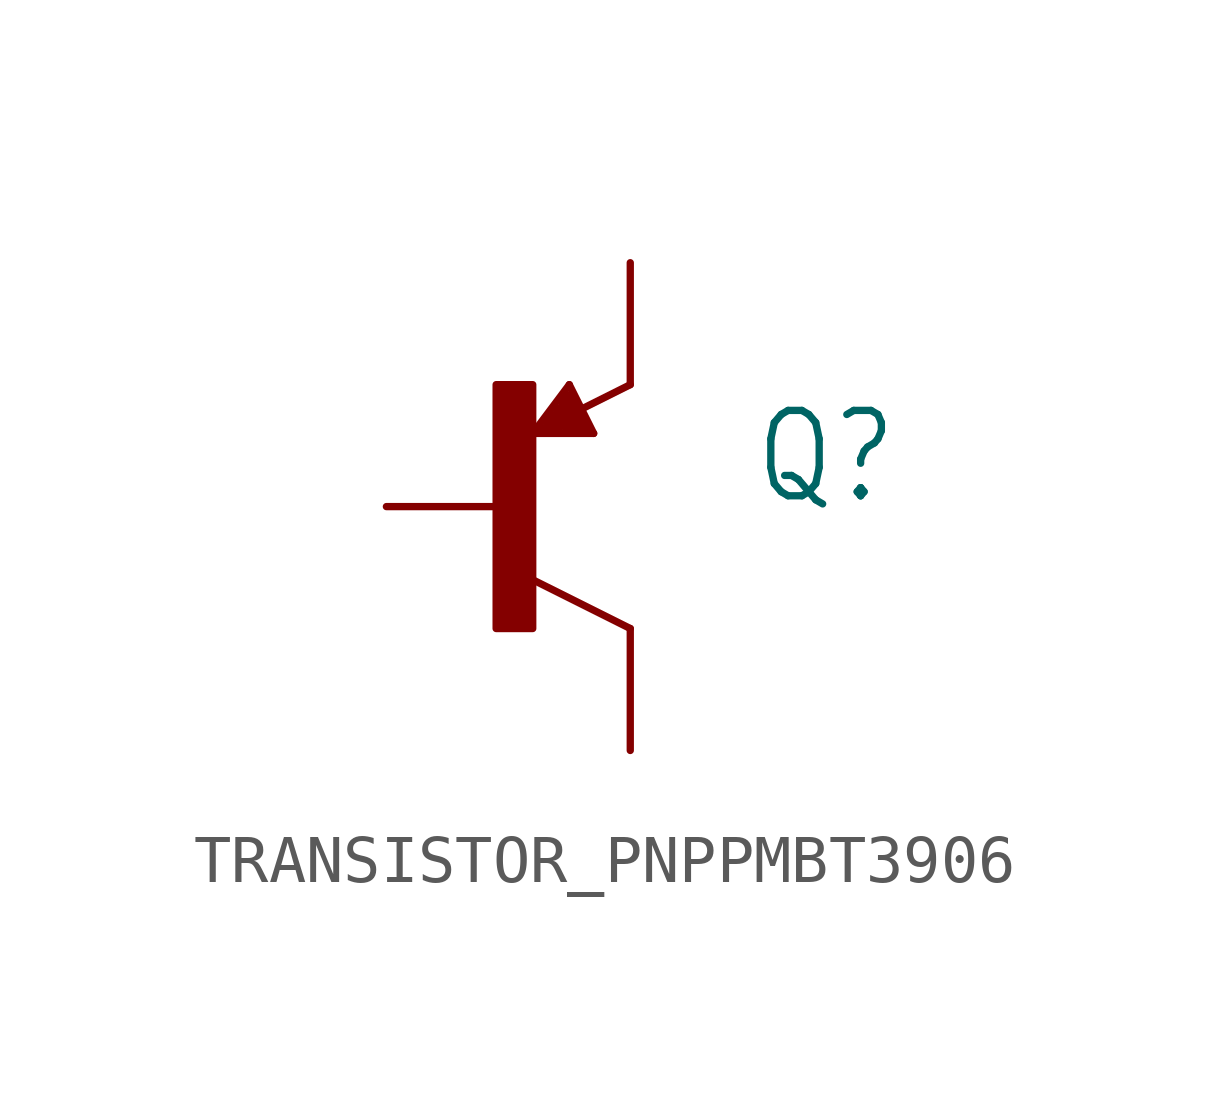
<source format=kicad_sym>
(kicad_symbol_lib
  (version 20220914)
  (generator kicad_symbol_editor)
  (symbol "TRANSISTOR_PNPPMBT3906"
    (property "Reference" "Q"
      (at 5.08 0 0)
      (effects (font (size 1.778 1.511)) (justify left bottom)))
    (property "Value" ""
      (at 5.08 -2.54 0)
      (effects (font (size 1.778 1.511)) (justify left bottom)))
    (property "ki_locked" ""
      (at 0 0 0)
      (effects (font (size 1.27 1.27))))
    (symbol "TRANSISTOR_PNPPMBT3906_1_0"
      (rectangle (start -0.254 -2.54) (end 0.508 2.54) (stroke (width 0) (type default)) (fill (type outline)))
      (polyline (pts (xy 0.508 -1.524) (xy 2.54 -2.54)) (stroke (width 0.152) (type solid)) (fill (type none)))
      (polyline (pts (xy 0.508 1.524) (xy 1.27 2.54)) (stroke (width 0.152) (type solid)) (fill (type none)))
      (polyline (pts (xy 0.813 1.778) (xy 0.889 1.626)) (stroke (width 0.203) (type solid)) (fill (type none)))
      (polyline (pts (xy 0.94 1.88) (xy 1.041 1.651)) (stroke (width 0.203) (type solid)) (fill (type none)))
      (polyline (pts (xy 1.016 2.032) (xy 1.219 1.626)) (stroke (width 0.203) (type solid)) (fill (type none)))
      (polyline (pts (xy 1.143 2.159) (xy 1.397 1.626)) (stroke (width 0.203) (type solid)) (fill (type none)))
      (polyline (pts (xy 1.219 2.311) (xy 1.575 1.626)) (stroke (width 0.203) (type solid)) (fill (type none)))
      (polyline (pts (xy 1.27 2.54) (xy 1.778 1.524)) (stroke (width 0.152) (type solid)) (fill (type none)))
      (polyline (pts (xy 1.778 1.524) (xy 0.508 1.524)) (stroke (width 0.152) (type solid)) (fill (type none)))
      (polyline (pts (xy 2.54 2.54) (xy 0.508 1.524)) (stroke (width 0.152) (type solid)) (fill (type none)))
      (pin passive line (at -2.54 0 0) (length 2.54) (name "B" (effects (font (size 0 0)))) (number "1" (effects (font (size 0 0)))))
      (pin passive line (at 2.54 5.08 270) (length 2.54) (name "E" (effects (font (size 0 0)))) (number "2" (effects (font (size 0 0)))))
      (pin passive line (at 2.54 -5.08 90) (length 2.54) (name "C" (effects (font (size 0 0)))) (number "3" (effects (font (size 0 0))))))))
</source>
